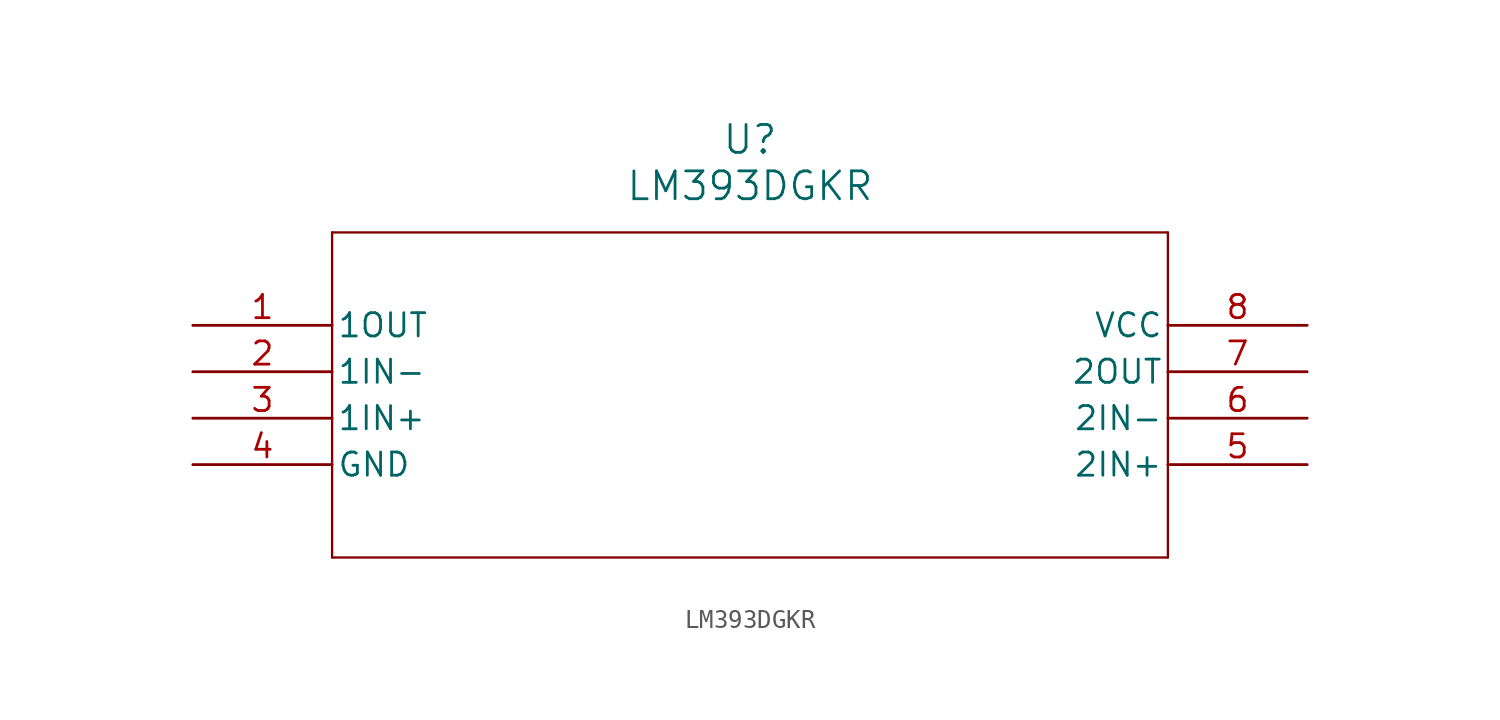
<source format=kicad_sym>
(kicad_symbol_lib
  (version 20211014)
  (generator kicad_symbol_editor)
  (symbol "LM393DGKR"
    (pin_names
      (offset 0.254))
    (property "Reference" "U"
      (at 30.48 10.16 0)
      (effects (font (size 1.524 1.524))))
    (property "Value" "LM393DGKR"
      (at 30.48 7.62 0)
      (effects (font (size 1.524 1.524))))
    (symbol "LM393DGKR_0_1"
      (polyline (pts (xy 7.62 5.08) (xy 7.62 -12.7)) (stroke (width 0.127) (type default) (color 0 0 0 0)) (fill (type none)))
      (polyline (pts (xy 7.62 -12.7) (xy 53.34 -12.7)) (stroke (width 0.127) (type default) (color 0 0 0 0)) (fill (type none)))
      (polyline (pts (xy 53.34 -12.7) (xy 53.34 5.08)) (stroke (width 0.127) (type default) (color 0 0 0 0)) (fill (type none)))
      (polyline (pts (xy 53.34 5.08) (xy 7.62 5.08)) (stroke (width 0.127) (type default) (color 0 0 0 0)) (fill (type none)))
      (pin output line (at 0 0 0) (length 7.62) (name "1OUT" (effects (font (size 1.27 1.27)))) (number "1" (effects (font (size 1.27 1.27)))))
      (pin input line (at 0 -2.54 0) (length 7.62) (name "1IN-" (effects (font (size 1.27 1.27)))) (number "2" (effects (font (size 1.27 1.27)))))
      (pin input line (at 0 -5.08 0) (length 7.62) (name "1IN+" (effects (font (size 1.27 1.27)))) (number "3" (effects (font (size 1.27 1.27)))))
      (pin power_in line (at 0 -7.62 0) (length 7.62) (name "GND" (effects (font (size 1.27 1.27)))) (number "4" (effects (font (size 1.27 1.27)))))
      (pin input line (at 60.96 -7.62 180) (length 7.62) (name "2IN+" (effects (font (size 1.27 1.27)))) (number "5" (effects (font (size 1.27 1.27)))))
      (pin input line (at 60.96 -5.08 180) (length 7.62) (name "2IN-" (effects (font (size 1.27 1.27)))) (number "6" (effects (font (size 1.27 1.27)))))
      (pin output line (at 60.96 -2.54 180) (length 7.62) (name "2OUT" (effects (font (size 1.27 1.27)))) (number "7" (effects (font (size 1.27 1.27)))))
      (pin power_in line (at 60.96 0 180) (length 7.62) (name "VCC" (effects (font (size 1.27 1.27)))) (number "8" (effects (font (size 1.27 1.27))))))))
</source>
